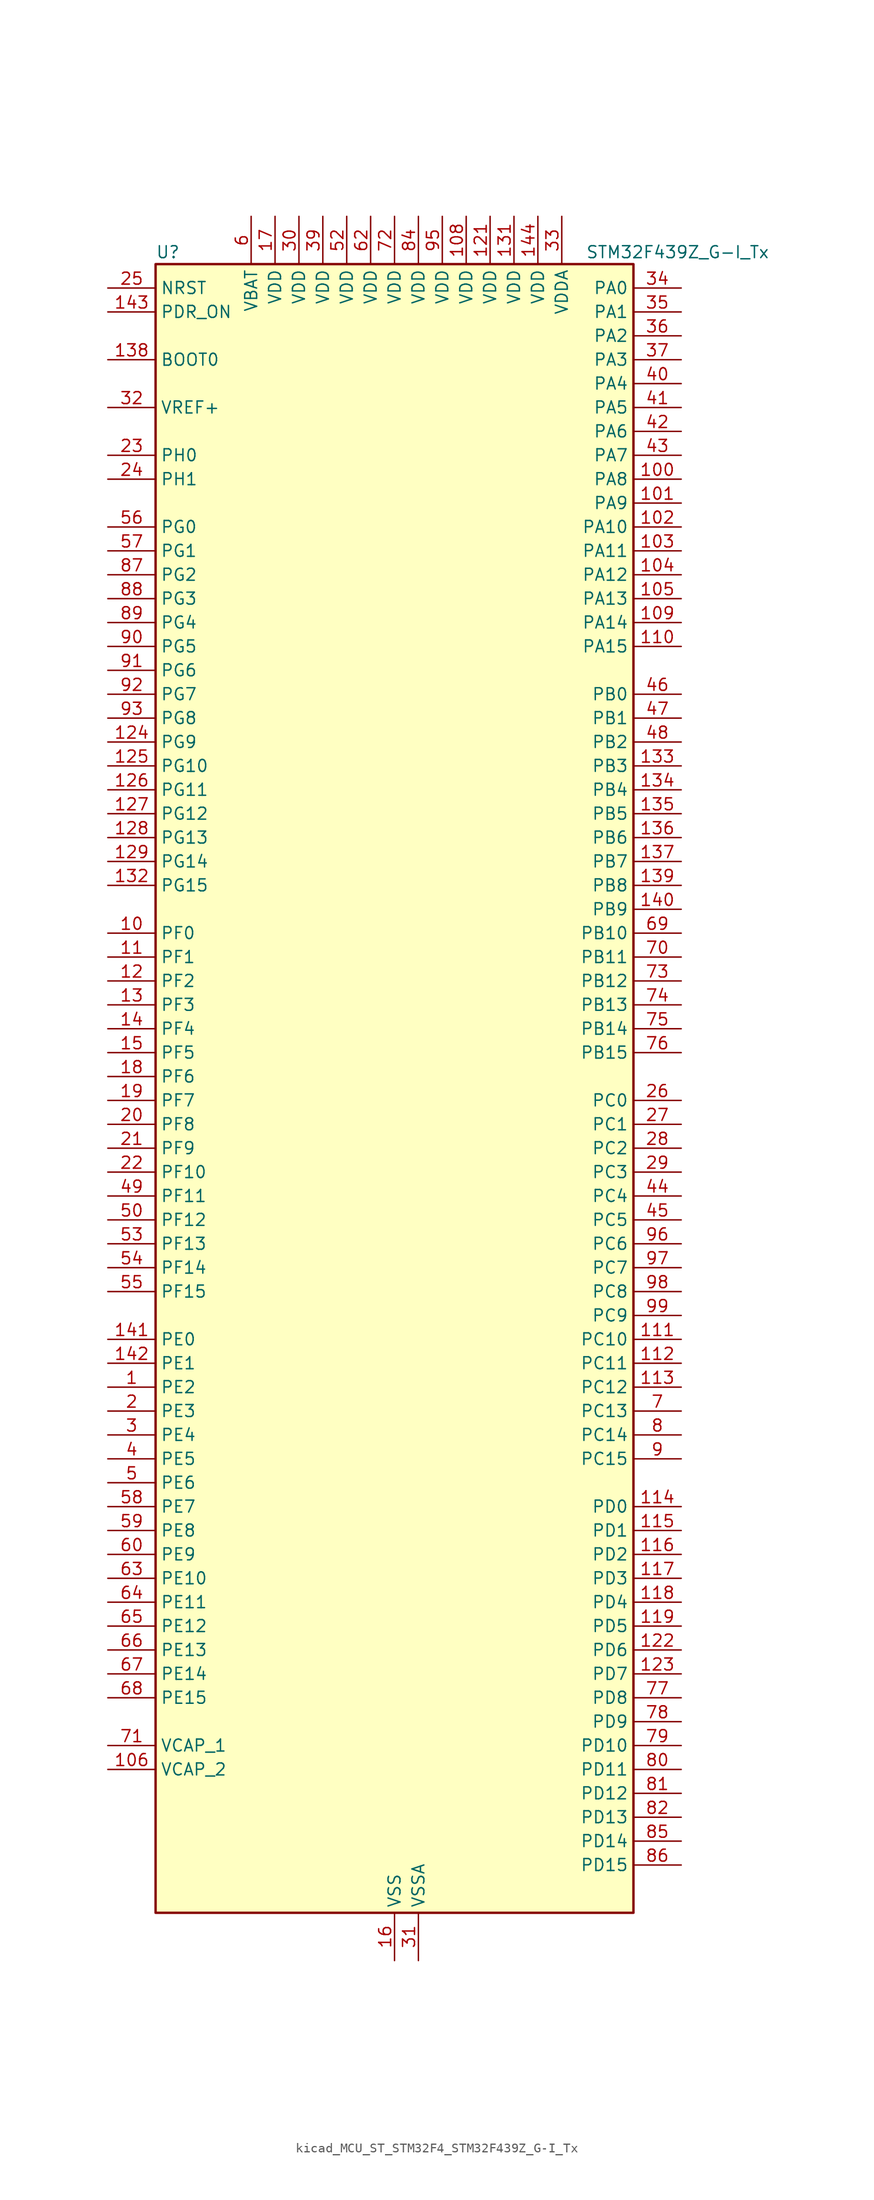
<source format=kicad_sym>
(kicad_symbol_lib
  (version 20220914)
  (generator kicad_symbol_editor)
  (symbol "kicad_MCU_ST_STM32F4_STM32F439Z_G-I_Tx"
    (property "Reference" "U"
      (at -25.4 90.17 0)
      (effects (font (size 1.27 1.27)) (justify left)))
    (property "Value" "STM32F439Z_G-I_Tx"
      (at 20.32 90.17 0)
      (effects (font (size 1.27 1.27)) (justify left)))
    (property "ki_locked" ""
      (at 0 0 0)
      (effects (font (size 1.27 1.27))))
    (symbol "kicad_MCU_ST_STM32F4_STM32F439Z_G-I_Tx_0_1"
      (rectangle (start -25.4 -86.36) (end 25.4 88.9) (stroke (width 0.254) (type default)) (fill (type background))))
    (symbol "kicad_MCU_ST_STM32F4_STM32F439Z_G-I_Tx_1_1"
      (pin bidirectional line (at -30.48 -30.48 0) (length 5.08) (name "PE2" (effects (font (size 1.27 1.27)))) (number "1" (effects (font (size 1.27 1.27)))) (alternate "ETH_TXD3" bidirectional line) (alternate "FMC_A23" bidirectional line) (alternate "SAI1_MCLK_A" bidirectional line) (alternate "SPI4_SCK" bidirectional line) (alternate "SYS_TRACECLK" bidirectional line))
      (pin bidirectional line (at -30.48 17.78 0) (length 5.08) (name "PF0" (effects (font (size 1.27 1.27)))) (number "10" (effects (font (size 1.27 1.27)))) (alternate "FMC_A0" bidirectional line) (alternate "I2C2_SDA" bidirectional line))
      (pin bidirectional line (at 30.48 66.04 180) (length 5.08) (name "PA8" (effects (font (size 1.27 1.27)))) (number "100" (effects (font (size 1.27 1.27)))) (alternate "I2C3_SCL" bidirectional line) (alternate "LTDC_R6" bidirectional line) (alternate "RCC_MCO_1" bidirectional line) (alternate "TIM1_CH1" bidirectional line) (alternate "USART1_CK" bidirectional line) (alternate "USB_OTG_FS_SOF" bidirectional line))
      (pin bidirectional line (at 30.48 63.5 180) (length 5.08) (name "PA9" (effects (font (size 1.27 1.27)))) (number "101" (effects (font (size 1.27 1.27)))) (alternate "DAC_EXTI9" bidirectional line) (alternate "DCMI_D0" bidirectional line) (alternate "I2C3_SMBA" bidirectional line) (alternate "TIM1_CH2" bidirectional line) (alternate "USART1_TX" bidirectional line) (alternate "USB_OTG_FS_VBUS" bidirectional line))
      (pin bidirectional line (at 30.48 60.96 180) (length 5.08) (name "PA10" (effects (font (size 1.27 1.27)))) (number "102" (effects (font (size 1.27 1.27)))) (alternate "DCMI_D1" bidirectional line) (alternate "TIM1_CH3" bidirectional line) (alternate "USART1_RX" bidirectional line) (alternate "USB_OTG_FS_ID" bidirectional line))
      (pin bidirectional line (at 30.48 58.42 180) (length 5.08) (name "PA11" (effects (font (size 1.27 1.27)))) (number "103" (effects (font (size 1.27 1.27)))) (alternate "ADC1_EXTI11" bidirectional line) (alternate "ADC2_EXTI11" bidirectional line) (alternate "ADC3_EXTI11" bidirectional line) (alternate "CAN1_RX" bidirectional line) (alternate "LTDC_R4" bidirectional line) (alternate "TIM1_CH4" bidirectional line) (alternate "USART1_CTS" bidirectional line) (alternate "USB_OTG_FS_DM" bidirectional line))
      (pin bidirectional line (at 30.48 55.88 180) (length 5.08) (name "PA12" (effects (font (size 1.27 1.27)))) (number "104" (effects (font (size 1.27 1.27)))) (alternate "CAN1_TX" bidirectional line) (alternate "LTDC_R5" bidirectional line) (alternate "TIM1_ETR" bidirectional line) (alternate "USART1_RTS" bidirectional line) (alternate "USB_OTG_FS_DP" bidirectional line))
      (pin bidirectional line (at 30.48 53.34 180) (length 5.08) (name "PA13" (effects (font (size 1.27 1.27)))) (number "105" (effects (font (size 1.27 1.27)))) (alternate "SYS_JTMS-SWDIO" bidirectional line))
      (pin power_out line (at -30.48 -71.12 0) (length 5.08) (name "VCAP_2" (effects (font (size 1.27 1.27)))) (number "106" (effects (font (size 1.27 1.27)))))
      (pin passive line (at 0 -91.44 90) (length 5.08) hide (name "VSS" (effects (font (size 1.27 1.27)))) (number "107" (effects (font (size 1.27 1.27)))))
      (pin power_in line (at 7.62 93.98 270) (length 5.08) (name "VDD" (effects (font (size 1.27 1.27)))) (number "108" (effects (font (size 1.27 1.27)))))
      (pin bidirectional line (at 30.48 50.8 180) (length 5.08) (name "PA14" (effects (font (size 1.27 1.27)))) (number "109" (effects (font (size 1.27 1.27)))) (alternate "SYS_JTCK-SWCLK" bidirectional line))
      (pin bidirectional line (at -30.48 15.24 0) (length 5.08) (name "PF1" (effects (font (size 1.27 1.27)))) (number "11" (effects (font (size 1.27 1.27)))) (alternate "FMC_A1" bidirectional line) (alternate "I2C2_SCL" bidirectional line))
      (pin bidirectional line (at 30.48 48.26 180) (length 5.08) (name "PA15" (effects (font (size 1.27 1.27)))) (number "110" (effects (font (size 1.27 1.27)))) (alternate "ADC1_EXTI15" bidirectional line) (alternate "ADC2_EXTI15" bidirectional line) (alternate "ADC3_EXTI15" bidirectional line) (alternate "I2S3_WS" bidirectional line) (alternate "SPI1_NSS" bidirectional line) (alternate "SPI3_NSS" bidirectional line) (alternate "SYS_JTDI" bidirectional line) (alternate "TIM2_CH1" bidirectional line) (alternate "TIM2_ETR" bidirectional line))
      (pin bidirectional line (at 30.48 -25.4 180) (length 5.08) (name "PC10" (effects (font (size 1.27 1.27)))) (number "111" (effects (font (size 1.27 1.27)))) (alternate "DCMI_D8" bidirectional line) (alternate "I2S3_CK" bidirectional line) (alternate "LTDC_R2" bidirectional line) (alternate "SDIO_D2" bidirectional line) (alternate "SPI3_SCK" bidirectional line) (alternate "UART4_TX" bidirectional line) (alternate "USART3_TX" bidirectional line))
      (pin bidirectional line (at 30.48 -27.94 180) (length 5.08) (name "PC11" (effects (font (size 1.27 1.27)))) (number "112" (effects (font (size 1.27 1.27)))) (alternate "ADC1_EXTI11" bidirectional line) (alternate "ADC2_EXTI11" bidirectional line) (alternate "ADC3_EXTI11" bidirectional line) (alternate "DCMI_D4" bidirectional line) (alternate "I2S3_ext_SD" bidirectional line) (alternate "SDIO_D3" bidirectional line) (alternate "SPI3_MISO" bidirectional line) (alternate "UART4_RX" bidirectional line) (alternate "USART3_RX" bidirectional line))
      (pin bidirectional line (at 30.48 -30.48 180) (length 5.08) (name "PC12" (effects (font (size 1.27 1.27)))) (number "113" (effects (font (size 1.27 1.27)))) (alternate "DCMI_D9" bidirectional line) (alternate "I2S3_SD" bidirectional line) (alternate "SDIO_CK" bidirectional line) (alternate "SPI3_MOSI" bidirectional line) (alternate "UART5_TX" bidirectional line) (alternate "USART3_CK" bidirectional line))
      (pin bidirectional line (at 30.48 -43.18 180) (length 5.08) (name "PD0" (effects (font (size 1.27 1.27)))) (number "114" (effects (font (size 1.27 1.27)))) (alternate "CAN1_RX" bidirectional line) (alternate "FMC_D2" bidirectional line) (alternate "FMC_DA2" bidirectional line))
      (pin bidirectional line (at 30.48 -45.72 180) (length 5.08) (name "PD1" (effects (font (size 1.27 1.27)))) (number "115" (effects (font (size 1.27 1.27)))) (alternate "CAN1_TX" bidirectional line) (alternate "FMC_D3" bidirectional line) (alternate "FMC_DA3" bidirectional line))
      (pin bidirectional line (at 30.48 -48.26 180) (length 5.08) (name "PD2" (effects (font (size 1.27 1.27)))) (number "116" (effects (font (size 1.27 1.27)))) (alternate "DCMI_D11" bidirectional line) (alternate "SDIO_CMD" bidirectional line) (alternate "TIM3_ETR" bidirectional line) (alternate "UART5_RX" bidirectional line))
      (pin bidirectional line (at 30.48 -50.8 180) (length 5.08) (name "PD3" (effects (font (size 1.27 1.27)))) (number "117" (effects (font (size 1.27 1.27)))) (alternate "DCMI_D5" bidirectional line) (alternate "FMC_CLK" bidirectional line) (alternate "I2S2_CK" bidirectional line) (alternate "LTDC_G7" bidirectional line) (alternate "SPI2_SCK" bidirectional line) (alternate "USART2_CTS" bidirectional line))
      (pin bidirectional line (at 30.48 -53.34 180) (length 5.08) (name "PD4" (effects (font (size 1.27 1.27)))) (number "118" (effects (font (size 1.27 1.27)))) (alternate "FMC_NOE" bidirectional line) (alternate "USART2_RTS" bidirectional line))
      (pin bidirectional line (at 30.48 -55.88 180) (length 5.08) (name "PD5" (effects (font (size 1.27 1.27)))) (number "119" (effects (font (size 1.27 1.27)))) (alternate "FMC_NWE" bidirectional line) (alternate "USART2_TX" bidirectional line))
      (pin bidirectional line (at -30.48 12.7 0) (length 5.08) (name "PF2" (effects (font (size 1.27 1.27)))) (number "12" (effects (font (size 1.27 1.27)))) (alternate "FMC_A2" bidirectional line) (alternate "I2C2_SMBA" bidirectional line))
      (pin passive line (at 0 -91.44 90) (length 5.08) hide (name "VSS" (effects (font (size 1.27 1.27)))) (number "120" (effects (font (size 1.27 1.27)))))
      (pin power_in line (at 10.16 93.98 270) (length 5.08) (name "VDD" (effects (font (size 1.27 1.27)))) (number "121" (effects (font (size 1.27 1.27)))))
      (pin bidirectional line (at 30.48 -58.42 180) (length 5.08) (name "PD6" (effects (font (size 1.27 1.27)))) (number "122" (effects (font (size 1.27 1.27)))) (alternate "DCMI_D10" bidirectional line) (alternate "FMC_NWAIT" bidirectional line) (alternate "I2S3_SD" bidirectional line) (alternate "LTDC_B2" bidirectional line) (alternate "SAI1_SD_A" bidirectional line) (alternate "SPI3_MOSI" bidirectional line) (alternate "USART2_RX" bidirectional line))
      (pin bidirectional line (at 30.48 -60.96 180) (length 5.08) (name "PD7" (effects (font (size 1.27 1.27)))) (number "123" (effects (font (size 1.27 1.27)))) (alternate "FMC_NCE2" bidirectional line) (alternate "FMC_NE1" bidirectional line) (alternate "USART2_CK" bidirectional line))
      (pin bidirectional line (at -30.48 38.1 0) (length 5.08) (name "PG9" (effects (font (size 1.27 1.27)))) (number "124" (effects (font (size 1.27 1.27)))) (alternate "DAC_EXTI9" bidirectional line) (alternate "DCMI_VSYNC" bidirectional line) (alternate "FMC_NCE3" bidirectional line) (alternate "FMC_NE2" bidirectional line) (alternate "USART6_RX" bidirectional line))
      (pin bidirectional line (at -30.48 35.56 0) (length 5.08) (name "PG10" (effects (font (size 1.27 1.27)))) (number "125" (effects (font (size 1.27 1.27)))) (alternate "DCMI_D2" bidirectional line) (alternate "FMC_NCE4_1" bidirectional line) (alternate "FMC_NE3" bidirectional line) (alternate "LTDC_B2" bidirectional line) (alternate "LTDC_G3" bidirectional line))
      (pin bidirectional line (at -30.48 33.02 0) (length 5.08) (name "PG11" (effects (font (size 1.27 1.27)))) (number "126" (effects (font (size 1.27 1.27)))) (alternate "ADC1_EXTI11" bidirectional line) (alternate "ADC2_EXTI11" bidirectional line) (alternate "ADC3_EXTI11" bidirectional line) (alternate "DCMI_D3" bidirectional line) (alternate "ETH_TX_EN" bidirectional line) (alternate "FMC_NCE4_2" bidirectional line) (alternate "LTDC_B3" bidirectional line))
      (pin bidirectional line (at -30.48 30.48 0) (length 5.08) (name "PG12" (effects (font (size 1.27 1.27)))) (number "127" (effects (font (size 1.27 1.27)))) (alternate "FMC_NE4" bidirectional line) (alternate "LTDC_B1" bidirectional line) (alternate "LTDC_B4" bidirectional line) (alternate "SPI6_MISO" bidirectional line) (alternate "USART6_RTS" bidirectional line))
      (pin bidirectional line (at -30.48 27.94 0) (length 5.08) (name "PG13" (effects (font (size 1.27 1.27)))) (number "128" (effects (font (size 1.27 1.27)))) (alternate "ETH_TXD0" bidirectional line) (alternate "FMC_A24" bidirectional line) (alternate "SPI6_SCK" bidirectional line) (alternate "USART6_CTS" bidirectional line))
      (pin bidirectional line (at -30.48 25.4 0) (length 5.08) (name "PG14" (effects (font (size 1.27 1.27)))) (number "129" (effects (font (size 1.27 1.27)))) (alternate "ETH_TXD1" bidirectional line) (alternate "FMC_A25" bidirectional line) (alternate "SPI6_MOSI" bidirectional line) (alternate "USART6_TX" bidirectional line))
      (pin bidirectional line (at -30.48 10.16 0) (length 5.08) (name "PF3" (effects (font (size 1.27 1.27)))) (number "13" (effects (font (size 1.27 1.27)))) (alternate "ADC3_IN9" bidirectional line) (alternate "FMC_A3" bidirectional line))
      (pin passive line (at 0 -91.44 90) (length 5.08) hide (name "VSS" (effects (font (size 1.27 1.27)))) (number "130" (effects (font (size 1.27 1.27)))))
      (pin power_in line (at 12.7 93.98 270) (length 5.08) (name "VDD" (effects (font (size 1.27 1.27)))) (number "131" (effects (font (size 1.27 1.27)))))
      (pin bidirectional line (at -30.48 22.86 0) (length 5.08) (name "PG15" (effects (font (size 1.27 1.27)))) (number "132" (effects (font (size 1.27 1.27)))) (alternate "ADC1_EXTI15" bidirectional line) (alternate "ADC2_EXTI15" bidirectional line) (alternate "ADC3_EXTI15" bidirectional line) (alternate "DCMI_D13" bidirectional line) (alternate "FMC_SDNCAS" bidirectional line) (alternate "USART6_CTS" bidirectional line))
      (pin bidirectional line (at 30.48 35.56 180) (length 5.08) (name "PB3" (effects (font (size 1.27 1.27)))) (number "133" (effects (font (size 1.27 1.27)))) (alternate "I2S3_CK" bidirectional line) (alternate "SPI1_SCK" bidirectional line) (alternate "SPI3_SCK" bidirectional line) (alternate "SYS_JTDO-SWO" bidirectional line) (alternate "TIM2_CH2" bidirectional line))
      (pin bidirectional line (at 30.48 33.02 180) (length 5.08) (name "PB4" (effects (font (size 1.27 1.27)))) (number "134" (effects (font (size 1.27 1.27)))) (alternate "I2S3_ext_SD" bidirectional line) (alternate "SPI1_MISO" bidirectional line) (alternate "SPI3_MISO" bidirectional line) (alternate "SYS_JTRST" bidirectional line) (alternate "TIM3_CH1" bidirectional line))
      (pin bidirectional line (at 30.48 30.48 180) (length 5.08) (name "PB5" (effects (font (size 1.27 1.27)))) (number "135" (effects (font (size 1.27 1.27)))) (alternate "CAN2_RX" bidirectional line) (alternate "DCMI_D10" bidirectional line) (alternate "ETH_PPS_OUT" bidirectional line) (alternate "FMC_SDCKE1" bidirectional line) (alternate "I2C1_SMBA" bidirectional line) (alternate "I2S3_SD" bidirectional line) (alternate "SPI1_MOSI" bidirectional line) (alternate "SPI3_MOSI" bidirectional line) (alternate "TIM3_CH2" bidirectional line) (alternate "USB_OTG_HS_ULPI_D7" bidirectional line))
      (pin bidirectional line (at 30.48 27.94 180) (length 5.08) (name "PB6" (effects (font (size 1.27 1.27)))) (number "136" (effects (font (size 1.27 1.27)))) (alternate "CAN2_TX" bidirectional line) (alternate "DCMI_D5" bidirectional line) (alternate "FMC_SDNE1" bidirectional line) (alternate "I2C1_SCL" bidirectional line) (alternate "TIM4_CH1" bidirectional line) (alternate "USART1_TX" bidirectional line))
      (pin bidirectional line (at 30.48 25.4 180) (length 5.08) (name "PB7" (effects (font (size 1.27 1.27)))) (number "137" (effects (font (size 1.27 1.27)))) (alternate "DCMI_VSYNC" bidirectional line) (alternate "FMC_NL" bidirectional line) (alternate "I2C1_SDA" bidirectional line) (alternate "TIM4_CH2" bidirectional line) (alternate "USART1_RX" bidirectional line))
      (pin input line (at -30.48 78.74 0) (length 5.08) (name "BOOT0" (effects (font (size 1.27 1.27)))) (number "138" (effects (font (size 1.27 1.27)))))
      (pin bidirectional line (at 30.48 22.86 180) (length 5.08) (name "PB8" (effects (font (size 1.27 1.27)))) (number "139" (effects (font (size 1.27 1.27)))) (alternate "CAN1_RX" bidirectional line) (alternate "DCMI_D6" bidirectional line) (alternate "ETH_TXD3" bidirectional line) (alternate "I2C1_SCL" bidirectional line) (alternate "LTDC_B6" bidirectional line) (alternate "SDIO_D4" bidirectional line) (alternate "TIM10_CH1" bidirectional line) (alternate "TIM4_CH3" bidirectional line))
      (pin bidirectional line (at -30.48 7.62 0) (length 5.08) (name "PF4" (effects (font (size 1.27 1.27)))) (number "14" (effects (font (size 1.27 1.27)))) (alternate "ADC3_IN14" bidirectional line) (alternate "FMC_A4" bidirectional line))
      (pin bidirectional line (at 30.48 20.32 180) (length 5.08) (name "PB9" (effects (font (size 1.27 1.27)))) (number "140" (effects (font (size 1.27 1.27)))) (alternate "CAN1_TX" bidirectional line) (alternate "DAC_EXTI9" bidirectional line) (alternate "DCMI_D7" bidirectional line) (alternate "I2C1_SDA" bidirectional line) (alternate "I2S2_WS" bidirectional line) (alternate "LTDC_B7" bidirectional line) (alternate "SDIO_D5" bidirectional line) (alternate "SPI2_NSS" bidirectional line) (alternate "TIM11_CH1" bidirectional line) (alternate "TIM4_CH4" bidirectional line))
      (pin bidirectional line (at -30.48 -25.4 0) (length 5.08) (name "PE0" (effects (font (size 1.27 1.27)))) (number "141" (effects (font (size 1.27 1.27)))) (alternate "DCMI_D2" bidirectional line) (alternate "FMC_NBL0" bidirectional line) (alternate "TIM4_ETR" bidirectional line) (alternate "UART8_RX" bidirectional line))
      (pin bidirectional line (at -30.48 -27.94 0) (length 5.08) (name "PE1" (effects (font (size 1.27 1.27)))) (number "142" (effects (font (size 1.27 1.27)))) (alternate "DCMI_D3" bidirectional line) (alternate "FMC_NBL1" bidirectional line) (alternate "UART8_TX" bidirectional line))
      (pin input line (at -30.48 83.82 0) (length 5.08) (name "PDR_ON" (effects (font (size 1.27 1.27)))) (number "143" (effects (font (size 1.27 1.27)))))
      (pin power_in line (at 15.24 93.98 270) (length 5.08) (name "VDD" (effects (font (size 1.27 1.27)))) (number "144" (effects (font (size 1.27 1.27)))))
      (pin bidirectional line (at -30.48 5.08 0) (length 5.08) (name "PF5" (effects (font (size 1.27 1.27)))) (number "15" (effects (font (size 1.27 1.27)))) (alternate "ADC3_IN15" bidirectional line) (alternate "FMC_A5" bidirectional line))
      (pin power_in line (at 0 -91.44 90) (length 5.08) (name "VSS" (effects (font (size 1.27 1.27)))) (number "16" (effects (font (size 1.27 1.27)))))
      (pin power_in line (at -12.7 93.98 270) (length 5.08) (name "VDD" (effects (font (size 1.27 1.27)))) (number "17" (effects (font (size 1.27 1.27)))))
      (pin bidirectional line (at -30.48 2.54 0) (length 5.08) (name "PF6" (effects (font (size 1.27 1.27)))) (number "18" (effects (font (size 1.27 1.27)))) (alternate "ADC3_IN4" bidirectional line) (alternate "FMC_NIORD" bidirectional line) (alternate "SAI1_SD_B" bidirectional line) (alternate "SPI5_NSS" bidirectional line) (alternate "TIM10_CH1" bidirectional line) (alternate "UART7_RX" bidirectional line))
      (pin bidirectional line (at -30.48 0 0) (length 5.08) (name "PF7" (effects (font (size 1.27 1.27)))) (number "19" (effects (font (size 1.27 1.27)))) (alternate "ADC3_IN5" bidirectional line) (alternate "FMC_NREG" bidirectional line) (alternate "SAI1_MCLK_B" bidirectional line) (alternate "SPI5_SCK" bidirectional line) (alternate "TIM11_CH1" bidirectional line) (alternate "UART7_TX" bidirectional line))
      (pin bidirectional line (at -30.48 -33.02 0) (length 5.08) (name "PE3" (effects (font (size 1.27 1.27)))) (number "2" (effects (font (size 1.27 1.27)))) (alternate "FMC_A19" bidirectional line) (alternate "SAI1_SD_B" bidirectional line) (alternate "SYS_TRACED0" bidirectional line))
      (pin bidirectional line (at -30.48 -2.54 0) (length 5.08) (name "PF8" (effects (font (size 1.27 1.27)))) (number "20" (effects (font (size 1.27 1.27)))) (alternate "ADC3_IN6" bidirectional line) (alternate "FMC_NIOWR" bidirectional line) (alternate "SAI1_SCK_B" bidirectional line) (alternate "SPI5_MISO" bidirectional line) (alternate "TIM13_CH1" bidirectional line))
      (pin bidirectional line (at -30.48 -5.08 0) (length 5.08) (name "PF9" (effects (font (size 1.27 1.27)))) (number "21" (effects (font (size 1.27 1.27)))) (alternate "ADC3_IN7" bidirectional line) (alternate "DAC_EXTI9" bidirectional line) (alternate "FMC_CD" bidirectional line) (alternate "SAI1_FS_B" bidirectional line) (alternate "SPI5_MOSI" bidirectional line) (alternate "TIM14_CH1" bidirectional line))
      (pin bidirectional line (at -30.48 -7.62 0) (length 5.08) (name "PF10" (effects (font (size 1.27 1.27)))) (number "22" (effects (font (size 1.27 1.27)))) (alternate "ADC3_IN8" bidirectional line) (alternate "DCMI_D11" bidirectional line) (alternate "FMC_INTR" bidirectional line) (alternate "LTDC_DE" bidirectional line))
      (pin bidirectional line (at -30.48 68.58 0) (length 5.08) (name "PH0" (effects (font (size 1.27 1.27)))) (number "23" (effects (font (size 1.27 1.27)))) (alternate "RCC_OSC_IN" bidirectional line))
      (pin bidirectional line (at -30.48 66.04 0) (length 5.08) (name "PH1" (effects (font (size 1.27 1.27)))) (number "24" (effects (font (size 1.27 1.27)))) (alternate "RCC_OSC_OUT" bidirectional line))
      (pin input line (at -30.48 86.36 0) (length 5.08) (name "NRST" (effects (font (size 1.27 1.27)))) (number "25" (effects (font (size 1.27 1.27)))))
      (pin bidirectional line (at 30.48 0 180) (length 5.08) (name "PC0" (effects (font (size 1.27 1.27)))) (number "26" (effects (font (size 1.27 1.27)))) (alternate "ADC1_IN10" bidirectional line) (alternate "ADC2_IN10" bidirectional line) (alternate "ADC3_IN10" bidirectional line) (alternate "FMC_SDNWE" bidirectional line) (alternate "USB_OTG_HS_ULPI_STP" bidirectional line))
      (pin bidirectional line (at 30.48 -2.54 180) (length 5.08) (name "PC1" (effects (font (size 1.27 1.27)))) (number "27" (effects (font (size 1.27 1.27)))) (alternate "ADC1_IN11" bidirectional line) (alternate "ADC2_IN11" bidirectional line) (alternate "ADC3_IN11" bidirectional line) (alternate "ETH_MDC" bidirectional line))
      (pin bidirectional line (at 30.48 -5.08 180) (length 5.08) (name "PC2" (effects (font (size 1.27 1.27)))) (number "28" (effects (font (size 1.27 1.27)))) (alternate "ADC1_IN12" bidirectional line) (alternate "ADC2_IN12" bidirectional line) (alternate "ADC3_IN12" bidirectional line) (alternate "ETH_TXD2" bidirectional line) (alternate "FMC_SDNE0" bidirectional line) (alternate "I2S2_ext_SD" bidirectional line) (alternate "SPI2_MISO" bidirectional line) (alternate "USB_OTG_HS_ULPI_DIR" bidirectional line))
      (pin bidirectional line (at 30.48 -7.62 180) (length 5.08) (name "PC3" (effects (font (size 1.27 1.27)))) (number "29" (effects (font (size 1.27 1.27)))) (alternate "ADC1_IN13" bidirectional line) (alternate "ADC2_IN13" bidirectional line) (alternate "ADC3_IN13" bidirectional line) (alternate "ETH_TX_CLK" bidirectional line) (alternate "FMC_SDCKE0" bidirectional line) (alternate "I2S2_SD" bidirectional line) (alternate "SPI2_MOSI" bidirectional line) (alternate "USB_OTG_HS_ULPI_NXT" bidirectional line))
      (pin bidirectional line (at -30.48 -35.56 0) (length 5.08) (name "PE4" (effects (font (size 1.27 1.27)))) (number "3" (effects (font (size 1.27 1.27)))) (alternate "DCMI_D4" bidirectional line) (alternate "FMC_A20" bidirectional line) (alternate "LTDC_B0" bidirectional line) (alternate "SAI1_FS_A" bidirectional line) (alternate "SPI4_NSS" bidirectional line) (alternate "SYS_TRACED1" bidirectional line))
      (pin power_in line (at -10.16 93.98 270) (length 5.08) (name "VDD" (effects (font (size 1.27 1.27)))) (number "30" (effects (font (size 1.27 1.27)))))
      (pin power_in line (at 2.54 -91.44 90) (length 5.08) (name "VSSA" (effects (font (size 1.27 1.27)))) (number "31" (effects (font (size 1.27 1.27)))))
      (pin input line (at -30.48 73.66 0) (length 5.08) (name "VREF+" (effects (font (size 1.27 1.27)))) (number "32" (effects (font (size 1.27 1.27)))))
      (pin power_in line (at 17.78 93.98 270) (length 5.08) (name "VDDA" (effects (font (size 1.27 1.27)))) (number "33" (effects (font (size 1.27 1.27)))))
      (pin bidirectional line (at 30.48 86.36 180) (length 5.08) (name "PA0" (effects (font (size 1.27 1.27)))) (number "34" (effects (font (size 1.27 1.27)))) (alternate "ADC1_IN0" bidirectional line) (alternate "ADC2_IN0" bidirectional line) (alternate "ADC3_IN0" bidirectional line) (alternate "ETH_CRS" bidirectional line) (alternate "SYS_WKUP" bidirectional line) (alternate "TIM2_CH1" bidirectional line) (alternate "TIM2_ETR" bidirectional line) (alternate "TIM5_CH1" bidirectional line) (alternate "TIM8_ETR" bidirectional line) (alternate "UART4_TX" bidirectional line) (alternate "USART2_CTS" bidirectional line))
      (pin bidirectional line (at 30.48 83.82 180) (length 5.08) (name "PA1" (effects (font (size 1.27 1.27)))) (number "35" (effects (font (size 1.27 1.27)))) (alternate "ADC1_IN1" bidirectional line) (alternate "ADC2_IN1" bidirectional line) (alternate "ADC3_IN1" bidirectional line) (alternate "ETH_REF_CLK" bidirectional line) (alternate "ETH_RX_CLK" bidirectional line) (alternate "TIM2_CH2" bidirectional line) (alternate "TIM5_CH2" bidirectional line) (alternate "UART4_RX" bidirectional line) (alternate "USART2_RTS" bidirectional line))
      (pin bidirectional line (at 30.48 81.28 180) (length 5.08) (name "PA2" (effects (font (size 1.27 1.27)))) (number "36" (effects (font (size 1.27 1.27)))) (alternate "ADC1_IN2" bidirectional line) (alternate "ADC2_IN2" bidirectional line) (alternate "ADC3_IN2" bidirectional line) (alternate "ETH_MDIO" bidirectional line) (alternate "TIM2_CH3" bidirectional line) (alternate "TIM5_CH3" bidirectional line) (alternate "TIM9_CH1" bidirectional line) (alternate "USART2_TX" bidirectional line))
      (pin bidirectional line (at 30.48 78.74 180) (length 5.08) (name "PA3" (effects (font (size 1.27 1.27)))) (number "37" (effects (font (size 1.27 1.27)))) (alternate "ADC1_IN3" bidirectional line) (alternate "ADC2_IN3" bidirectional line) (alternate "ADC3_IN3" bidirectional line) (alternate "ETH_COL" bidirectional line) (alternate "LTDC_B5" bidirectional line) (alternate "TIM2_CH4" bidirectional line) (alternate "TIM5_CH4" bidirectional line) (alternate "TIM9_CH2" bidirectional line) (alternate "USART2_RX" bidirectional line) (alternate "USB_OTG_HS_ULPI_D0" bidirectional line))
      (pin passive line (at 0 -91.44 90) (length 5.08) hide (name "VSS" (effects (font (size 1.27 1.27)))) (number "38" (effects (font (size 1.27 1.27)))))
      (pin power_in line (at -7.62 93.98 270) (length 5.08) (name "VDD" (effects (font (size 1.27 1.27)))) (number "39" (effects (font (size 1.27 1.27)))))
      (pin bidirectional line (at -30.48 -38.1 0) (length 5.08) (name "PE5" (effects (font (size 1.27 1.27)))) (number "4" (effects (font (size 1.27 1.27)))) (alternate "DCMI_D6" bidirectional line) (alternate "FMC_A21" bidirectional line) (alternate "LTDC_G0" bidirectional line) (alternate "SAI1_SCK_A" bidirectional line) (alternate "SPI4_MISO" bidirectional line) (alternate "SYS_TRACED2" bidirectional line) (alternate "TIM9_CH1" bidirectional line))
      (pin bidirectional line (at 30.48 76.2 180) (length 5.08) (name "PA4" (effects (font (size 1.27 1.27)))) (number "40" (effects (font (size 1.27 1.27)))) (alternate "ADC1_IN4" bidirectional line) (alternate "ADC2_IN4" bidirectional line) (alternate "DAC_OUT1" bidirectional line) (alternate "DCMI_HSYNC" bidirectional line) (alternate "I2S3_WS" bidirectional line) (alternate "LTDC_VSYNC" bidirectional line) (alternate "SPI1_NSS" bidirectional line) (alternate "SPI3_NSS" bidirectional line) (alternate "USART2_CK" bidirectional line) (alternate "USB_OTG_HS_SOF" bidirectional line))
      (pin bidirectional line (at 30.48 73.66 180) (length 5.08) (name "PA5" (effects (font (size 1.27 1.27)))) (number "41" (effects (font (size 1.27 1.27)))) (alternate "ADC1_IN5" bidirectional line) (alternate "ADC2_IN5" bidirectional line) (alternate "DAC_OUT2" bidirectional line) (alternate "SPI1_SCK" bidirectional line) (alternate "TIM2_CH1" bidirectional line) (alternate "TIM2_ETR" bidirectional line) (alternate "TIM8_CH1N" bidirectional line) (alternate "USB_OTG_HS_ULPI_CK" bidirectional line))
      (pin bidirectional line (at 30.48 71.12 180) (length 5.08) (name "PA6" (effects (font (size 1.27 1.27)))) (number "42" (effects (font (size 1.27 1.27)))) (alternate "ADC1_IN6" bidirectional line) (alternate "ADC2_IN6" bidirectional line) (alternate "DCMI_PIXCLK" bidirectional line) (alternate "LTDC_G2" bidirectional line) (alternate "SPI1_MISO" bidirectional line) (alternate "TIM13_CH1" bidirectional line) (alternate "TIM1_BKIN" bidirectional line) (alternate "TIM3_CH1" bidirectional line) (alternate "TIM8_BKIN" bidirectional line))
      (pin bidirectional line (at 30.48 68.58 180) (length 5.08) (name "PA7" (effects (font (size 1.27 1.27)))) (number "43" (effects (font (size 1.27 1.27)))) (alternate "ADC1_IN7" bidirectional line) (alternate "ADC2_IN7" bidirectional line) (alternate "ETH_CRS_DV" bidirectional line) (alternate "ETH_RX_DV" bidirectional line) (alternate "SPI1_MOSI" bidirectional line) (alternate "TIM14_CH1" bidirectional line) (alternate "TIM1_CH1N" bidirectional line) (alternate "TIM3_CH2" bidirectional line) (alternate "TIM8_CH1N" bidirectional line))
      (pin bidirectional line (at 30.48 -10.16 180) (length 5.08) (name "PC4" (effects (font (size 1.27 1.27)))) (number "44" (effects (font (size 1.27 1.27)))) (alternate "ADC1_IN14" bidirectional line) (alternate "ADC2_IN14" bidirectional line) (alternate "ETH_RXD0" bidirectional line))
      (pin bidirectional line (at 30.48 -12.7 180) (length 5.08) (name "PC5" (effects (font (size 1.27 1.27)))) (number "45" (effects (font (size 1.27 1.27)))) (alternate "ADC1_IN15" bidirectional line) (alternate "ADC2_IN15" bidirectional line) (alternate "ETH_RXD1" bidirectional line))
      (pin bidirectional line (at 30.48 43.18 180) (length 5.08) (name "PB0" (effects (font (size 1.27 1.27)))) (number "46" (effects (font (size 1.27 1.27)))) (alternate "ADC1_IN8" bidirectional line) (alternate "ADC2_IN8" bidirectional line) (alternate "ETH_RXD2" bidirectional line) (alternate "LTDC_R3" bidirectional line) (alternate "TIM1_CH2N" bidirectional line) (alternate "TIM3_CH3" bidirectional line) (alternate "TIM8_CH2N" bidirectional line) (alternate "USB_OTG_HS_ULPI_D1" bidirectional line))
      (pin bidirectional line (at 30.48 40.64 180) (length 5.08) (name "PB1" (effects (font (size 1.27 1.27)))) (number "47" (effects (font (size 1.27 1.27)))) (alternate "ADC1_IN9" bidirectional line) (alternate "ADC2_IN9" bidirectional line) (alternate "ETH_RXD3" bidirectional line) (alternate "LTDC_R6" bidirectional line) (alternate "TIM1_CH3N" bidirectional line) (alternate "TIM3_CH4" bidirectional line) (alternate "TIM8_CH3N" bidirectional line) (alternate "USB_OTG_HS_ULPI_D2" bidirectional line))
      (pin bidirectional line (at 30.48 38.1 180) (length 5.08) (name "PB2" (effects (font (size 1.27 1.27)))) (number "48" (effects (font (size 1.27 1.27)))))
      (pin bidirectional line (at -30.48 -10.16 0) (length 5.08) (name "PF11" (effects (font (size 1.27 1.27)))) (number "49" (effects (font (size 1.27 1.27)))) (alternate "ADC1_EXTI11" bidirectional line) (alternate "ADC2_EXTI11" bidirectional line) (alternate "ADC3_EXTI11" bidirectional line) (alternate "DCMI_D12" bidirectional line) (alternate "FMC_SDNRAS" bidirectional line) (alternate "SPI5_MOSI" bidirectional line))
      (pin bidirectional line (at -30.48 -40.64 0) (length 5.08) (name "PE6" (effects (font (size 1.27 1.27)))) (number "5" (effects (font (size 1.27 1.27)))) (alternate "DCMI_D7" bidirectional line) (alternate "FMC_A22" bidirectional line) (alternate "LTDC_G1" bidirectional line) (alternate "SAI1_SD_A" bidirectional line) (alternate "SPI4_MOSI" bidirectional line) (alternate "SYS_TRACED3" bidirectional line) (alternate "TIM9_CH2" bidirectional line))
      (pin bidirectional line (at -30.48 -12.7 0) (length 5.08) (name "PF12" (effects (font (size 1.27 1.27)))) (number "50" (effects (font (size 1.27 1.27)))) (alternate "FMC_A6" bidirectional line))
      (pin passive line (at 0 -91.44 90) (length 5.08) hide (name "VSS" (effects (font (size 1.27 1.27)))) (number "51" (effects (font (size 1.27 1.27)))))
      (pin power_in line (at -5.08 93.98 270) (length 5.08) (name "VDD" (effects (font (size 1.27 1.27)))) (number "52" (effects (font (size 1.27 1.27)))))
      (pin bidirectional line (at -30.48 -15.24 0) (length 5.08) (name "PF13" (effects (font (size 1.27 1.27)))) (number "53" (effects (font (size 1.27 1.27)))) (alternate "FMC_A7" bidirectional line))
      (pin bidirectional line (at -30.48 -17.78 0) (length 5.08) (name "PF14" (effects (font (size 1.27 1.27)))) (number "54" (effects (font (size 1.27 1.27)))) (alternate "FMC_A8" bidirectional line))
      (pin bidirectional line (at -30.48 -20.32 0) (length 5.08) (name "PF15" (effects (font (size 1.27 1.27)))) (number "55" (effects (font (size 1.27 1.27)))) (alternate "ADC1_EXTI15" bidirectional line) (alternate "ADC2_EXTI15" bidirectional line) (alternate "ADC3_EXTI15" bidirectional line) (alternate "FMC_A9" bidirectional line))
      (pin bidirectional line (at -30.48 60.96 0) (length 5.08) (name "PG0" (effects (font (size 1.27 1.27)))) (number "56" (effects (font (size 1.27 1.27)))) (alternate "FMC_A10" bidirectional line))
      (pin bidirectional line (at -30.48 58.42 0) (length 5.08) (name "PG1" (effects (font (size 1.27 1.27)))) (number "57" (effects (font (size 1.27 1.27)))) (alternate "FMC_A11" bidirectional line))
      (pin bidirectional line (at -30.48 -43.18 0) (length 5.08) (name "PE7" (effects (font (size 1.27 1.27)))) (number "58" (effects (font (size 1.27 1.27)))) (alternate "FMC_D4" bidirectional line) (alternate "FMC_DA4" bidirectional line) (alternate "TIM1_ETR" bidirectional line) (alternate "UART7_RX" bidirectional line))
      (pin bidirectional line (at -30.48 -45.72 0) (length 5.08) (name "PE8" (effects (font (size 1.27 1.27)))) (number "59" (effects (font (size 1.27 1.27)))) (alternate "FMC_D5" bidirectional line) (alternate "FMC_DA5" bidirectional line) (alternate "TIM1_CH1N" bidirectional line) (alternate "UART7_TX" bidirectional line))
      (pin power_in line (at -15.24 93.98 270) (length 5.08) (name "VBAT" (effects (font (size 1.27 1.27)))) (number "6" (effects (font (size 1.27 1.27)))))
      (pin bidirectional line (at -30.48 -48.26 0) (length 5.08) (name "PE9" (effects (font (size 1.27 1.27)))) (number "60" (effects (font (size 1.27 1.27)))) (alternate "DAC_EXTI9" bidirectional line) (alternate "FMC_D6" bidirectional line) (alternate "FMC_DA6" bidirectional line) (alternate "TIM1_CH1" bidirectional line))
      (pin passive line (at 0 -91.44 90) (length 5.08) hide (name "VSS" (effects (font (size 1.27 1.27)))) (number "61" (effects (font (size 1.27 1.27)))))
      (pin power_in line (at -2.54 93.98 270) (length 5.08) (name "VDD" (effects (font (size 1.27 1.27)))) (number "62" (effects (font (size 1.27 1.27)))))
      (pin bidirectional line (at -30.48 -50.8 0) (length 5.08) (name "PE10" (effects (font (size 1.27 1.27)))) (number "63" (effects (font (size 1.27 1.27)))) (alternate "FMC_D7" bidirectional line) (alternate "FMC_DA7" bidirectional line) (alternate "TIM1_CH2N" bidirectional line))
      (pin bidirectional line (at -30.48 -53.34 0) (length 5.08) (name "PE11" (effects (font (size 1.27 1.27)))) (number "64" (effects (font (size 1.27 1.27)))) (alternate "ADC1_EXTI11" bidirectional line) (alternate "ADC2_EXTI11" bidirectional line) (alternate "ADC3_EXTI11" bidirectional line) (alternate "FMC_D8" bidirectional line) (alternate "FMC_DA8" bidirectional line) (alternate "LTDC_G3" bidirectional line) (alternate "SPI4_NSS" bidirectional line) (alternate "TIM1_CH2" bidirectional line))
      (pin bidirectional line (at -30.48 -55.88 0) (length 5.08) (name "PE12" (effects (font (size 1.27 1.27)))) (number "65" (effects (font (size 1.27 1.27)))) (alternate "FMC_D9" bidirectional line) (alternate "FMC_DA9" bidirectional line) (alternate "LTDC_B4" bidirectional line) (alternate "SPI4_SCK" bidirectional line) (alternate "TIM1_CH3N" bidirectional line))
      (pin bidirectional line (at -30.48 -58.42 0) (length 5.08) (name "PE13" (effects (font (size 1.27 1.27)))) (number "66" (effects (font (size 1.27 1.27)))) (alternate "FMC_D10" bidirectional line) (alternate "FMC_DA10" bidirectional line) (alternate "LTDC_DE" bidirectional line) (alternate "SPI4_MISO" bidirectional line) (alternate "TIM1_CH3" bidirectional line))
      (pin bidirectional line (at -30.48 -60.96 0) (length 5.08) (name "PE14" (effects (font (size 1.27 1.27)))) (number "67" (effects (font (size 1.27 1.27)))) (alternate "FMC_D11" bidirectional line) (alternate "FMC_DA11" bidirectional line) (alternate "LTDC_CLK" bidirectional line) (alternate "SPI4_MOSI" bidirectional line) (alternate "TIM1_CH4" bidirectional line))
      (pin bidirectional line (at -30.48 -63.5 0) (length 5.08) (name "PE15" (effects (font (size 1.27 1.27)))) (number "68" (effects (font (size 1.27 1.27)))) (alternate "ADC1_EXTI15" bidirectional line) (alternate "ADC2_EXTI15" bidirectional line) (alternate "ADC3_EXTI15" bidirectional line) (alternate "FMC_D12" bidirectional line) (alternate "FMC_DA12" bidirectional line) (alternate "LTDC_R7" bidirectional line) (alternate "TIM1_BKIN" bidirectional line))
      (pin bidirectional line (at 30.48 17.78 180) (length 5.08) (name "PB10" (effects (font (size 1.27 1.27)))) (number "69" (effects (font (size 1.27 1.27)))) (alternate "ETH_RX_ER" bidirectional line) (alternate "I2C2_SCL" bidirectional line) (alternate "I2S2_CK" bidirectional line) (alternate "LTDC_G4" bidirectional line) (alternate "SPI2_SCK" bidirectional line) (alternate "TIM2_CH3" bidirectional line) (alternate "USART3_TX" bidirectional line) (alternate "USB_OTG_HS_ULPI_D3" bidirectional line))
      (pin bidirectional line (at 30.48 -33.02 180) (length 5.08) (name "PC13" (effects (font (size 1.27 1.27)))) (number "7" (effects (font (size 1.27 1.27)))) (alternate "RTC_AF1" bidirectional line))
      (pin bidirectional line (at 30.48 15.24 180) (length 5.08) (name "PB11" (effects (font (size 1.27 1.27)))) (number "70" (effects (font (size 1.27 1.27)))) (alternate "ADC1_EXTI11" bidirectional line) (alternate "ADC2_EXTI11" bidirectional line) (alternate "ADC3_EXTI11" bidirectional line) (alternate "ETH_TX_EN" bidirectional line) (alternate "I2C2_SDA" bidirectional line) (alternate "LTDC_G5" bidirectional line) (alternate "TIM2_CH4" bidirectional line) (alternate "USART3_RX" bidirectional line) (alternate "USB_OTG_HS_ULPI_D4" bidirectional line))
      (pin power_out line (at -30.48 -68.58 0) (length 5.08) (name "VCAP_1" (effects (font (size 1.27 1.27)))) (number "71" (effects (font (size 1.27 1.27)))))
      (pin power_in line (at 0 93.98 270) (length 5.08) (name "VDD" (effects (font (size 1.27 1.27)))) (number "72" (effects (font (size 1.27 1.27)))))
      (pin bidirectional line (at 30.48 12.7 180) (length 5.08) (name "PB12" (effects (font (size 1.27 1.27)))) (number "73" (effects (font (size 1.27 1.27)))) (alternate "CAN2_RX" bidirectional line) (alternate "ETH_TXD0" bidirectional line) (alternate "I2C2_SMBA" bidirectional line) (alternate "I2S2_WS" bidirectional line) (alternate "SPI2_NSS" bidirectional line) (alternate "TIM1_BKIN" bidirectional line) (alternate "USART3_CK" bidirectional line) (alternate "USB_OTG_HS_ID" bidirectional line) (alternate "USB_OTG_HS_ULPI_D5" bidirectional line))
      (pin bidirectional line (at 30.48 10.16 180) (length 5.08) (name "PB13" (effects (font (size 1.27 1.27)))) (number "74" (effects (font (size 1.27 1.27)))) (alternate "CAN2_TX" bidirectional line) (alternate "ETH_TXD1" bidirectional line) (alternate "I2S2_CK" bidirectional line) (alternate "SPI2_SCK" bidirectional line) (alternate "TIM1_CH1N" bidirectional line) (alternate "USART3_CTS" bidirectional line) (alternate "USB_OTG_HS_ULPI_D6" bidirectional line) (alternate "USB_OTG_HS_VBUS" bidirectional line))
      (pin bidirectional line (at 30.48 7.62 180) (length 5.08) (name "PB14" (effects (font (size 1.27 1.27)))) (number "75" (effects (font (size 1.27 1.27)))) (alternate "I2S2_ext_SD" bidirectional line) (alternate "SPI2_MISO" bidirectional line) (alternate "TIM12_CH1" bidirectional line) (alternate "TIM1_CH2N" bidirectional line) (alternate "TIM8_CH2N" bidirectional line) (alternate "USART3_RTS" bidirectional line) (alternate "USB_OTG_HS_DM" bidirectional line))
      (pin bidirectional line (at 30.48 5.08 180) (length 5.08) (name "PB15" (effects (font (size 1.27 1.27)))) (number "76" (effects (font (size 1.27 1.27)))) (alternate "ADC1_EXTI15" bidirectional line) (alternate "ADC2_EXTI15" bidirectional line) (alternate "ADC3_EXTI15" bidirectional line) (alternate "I2S2_SD" bidirectional line) (alternate "RTC_REFIN" bidirectional line) (alternate "SPI2_MOSI" bidirectional line) (alternate "TIM12_CH2" bidirectional line) (alternate "TIM1_CH3N" bidirectional line) (alternate "TIM8_CH3N" bidirectional line) (alternate "USB_OTG_HS_DP" bidirectional line))
      (pin bidirectional line (at 30.48 -63.5 180) (length 5.08) (name "PD8" (effects (font (size 1.27 1.27)))) (number "77" (effects (font (size 1.27 1.27)))) (alternate "FMC_D13" bidirectional line) (alternate "FMC_DA13" bidirectional line) (alternate "USART3_TX" bidirectional line))
      (pin bidirectional line (at 30.48 -66.04 180) (length 5.08) (name "PD9" (effects (font (size 1.27 1.27)))) (number "78" (effects (font (size 1.27 1.27)))) (alternate "DAC_EXTI9" bidirectional line) (alternate "FMC_D14" bidirectional line) (alternate "FMC_DA14" bidirectional line) (alternate "USART3_RX" bidirectional line))
      (pin bidirectional line (at 30.48 -68.58 180) (length 5.08) (name "PD10" (effects (font (size 1.27 1.27)))) (number "79" (effects (font (size 1.27 1.27)))) (alternate "FMC_D15" bidirectional line) (alternate "FMC_DA15" bidirectional line) (alternate "LTDC_B3" bidirectional line) (alternate "USART3_CK" bidirectional line))
      (pin bidirectional line (at 30.48 -35.56 180) (length 5.08) (name "PC14" (effects (font (size 1.27 1.27)))) (number "8" (effects (font (size 1.27 1.27)))) (alternate "RCC_OSC32_IN" bidirectional line))
      (pin bidirectional line (at 30.48 -71.12 180) (length 5.08) (name "PD11" (effects (font (size 1.27 1.27)))) (number "80" (effects (font (size 1.27 1.27)))) (alternate "ADC1_EXTI11" bidirectional line) (alternate "ADC2_EXTI11" bidirectional line) (alternate "ADC3_EXTI11" bidirectional line) (alternate "FMC_A16" bidirectional line) (alternate "FMC_CLE" bidirectional line) (alternate "USART3_CTS" bidirectional line))
      (pin bidirectional line (at 30.48 -73.66 180) (length 5.08) (name "PD12" (effects (font (size 1.27 1.27)))) (number "81" (effects (font (size 1.27 1.27)))) (alternate "FMC_A17" bidirectional line) (alternate "FMC_ALE" bidirectional line) (alternate "TIM4_CH1" bidirectional line) (alternate "USART3_RTS" bidirectional line))
      (pin bidirectional line (at 30.48 -76.2 180) (length 5.08) (name "PD13" (effects (font (size 1.27 1.27)))) (number "82" (effects (font (size 1.27 1.27)))) (alternate "FMC_A18" bidirectional line) (alternate "TIM4_CH2" bidirectional line))
      (pin passive line (at 0 -91.44 90) (length 5.08) hide (name "VSS" (effects (font (size 1.27 1.27)))) (number "83" (effects (font (size 1.27 1.27)))))
      (pin power_in line (at 2.54 93.98 270) (length 5.08) (name "VDD" (effects (font (size 1.27 1.27)))) (number "84" (effects (font (size 1.27 1.27)))))
      (pin bidirectional line (at 30.48 -78.74 180) (length 5.08) (name "PD14" (effects (font (size 1.27 1.27)))) (number "85" (effects (font (size 1.27 1.27)))) (alternate "FMC_D0" bidirectional line) (alternate "FMC_DA0" bidirectional line) (alternate "TIM4_CH3" bidirectional line))
      (pin bidirectional line (at 30.48 -81.28 180) (length 5.08) (name "PD15" (effects (font (size 1.27 1.27)))) (number "86" (effects (font (size 1.27 1.27)))) (alternate "ADC1_EXTI15" bidirectional line) (alternate "ADC2_EXTI15" bidirectional line) (alternate "ADC3_EXTI15" bidirectional line) (alternate "FMC_D1" bidirectional line) (alternate "FMC_DA1" bidirectional line) (alternate "TIM4_CH4" bidirectional line))
      (pin bidirectional line (at -30.48 55.88 0) (length 5.08) (name "PG2" (effects (font (size 1.27 1.27)))) (number "87" (effects (font (size 1.27 1.27)))) (alternate "FMC_A12" bidirectional line))
      (pin bidirectional line (at -30.48 53.34 0) (length 5.08) (name "PG3" (effects (font (size 1.27 1.27)))) (number "88" (effects (font (size 1.27 1.27)))) (alternate "FMC_A13" bidirectional line))
      (pin bidirectional line (at -30.48 50.8 0) (length 5.08) (name "PG4" (effects (font (size 1.27 1.27)))) (number "89" (effects (font (size 1.27 1.27)))) (alternate "FMC_A14" bidirectional line) (alternate "FMC_BA0" bidirectional line))
      (pin bidirectional line (at 30.48 -38.1 180) (length 5.08) (name "PC15" (effects (font (size 1.27 1.27)))) (number "9" (effects (font (size 1.27 1.27)))) (alternate "ADC1_EXTI15" bidirectional line) (alternate "ADC2_EXTI15" bidirectional line) (alternate "ADC3_EXTI15" bidirectional line) (alternate "RCC_OSC32_OUT" bidirectional line))
      (pin bidirectional line (at -30.48 48.26 0) (length 5.08) (name "PG5" (effects (font (size 1.27 1.27)))) (number "90" (effects (font (size 1.27 1.27)))) (alternate "FMC_A15" bidirectional line) (alternate "FMC_BA1" bidirectional line))
      (pin bidirectional line (at -30.48 45.72 0) (length 5.08) (name "PG6" (effects (font (size 1.27 1.27)))) (number "91" (effects (font (size 1.27 1.27)))) (alternate "DCMI_D12" bidirectional line) (alternate "FMC_INT2" bidirectional line) (alternate "LTDC_R7" bidirectional line))
      (pin bidirectional line (at -30.48 43.18 0) (length 5.08) (name "PG7" (effects (font (size 1.27 1.27)))) (number "92" (effects (font (size 1.27 1.27)))) (alternate "DCMI_D13" bidirectional line) (alternate "FMC_INT3" bidirectional line) (alternate "LTDC_CLK" bidirectional line) (alternate "USART6_CK" bidirectional line))
      (pin bidirectional line (at -30.48 40.64 0) (length 5.08) (name "PG8" (effects (font (size 1.27 1.27)))) (number "93" (effects (font (size 1.27 1.27)))) (alternate "ETH_PPS_OUT" bidirectional line) (alternate "FMC_SDCLK" bidirectional line) (alternate "SPI6_NSS" bidirectional line) (alternate "USART6_RTS" bidirectional line))
      (pin passive line (at 0 -91.44 90) (length 5.08) hide (name "VSS" (effects (font (size 1.27 1.27)))) (number "94" (effects (font (size 1.27 1.27)))))
      (pin power_in line (at 5.08 93.98 270) (length 5.08) (name "VDD" (effects (font (size 1.27 1.27)))) (number "95" (effects (font (size 1.27 1.27)))))
      (pin bidirectional line (at 30.48 -15.24 180) (length 5.08) (name "PC6" (effects (font (size 1.27 1.27)))) (number "96" (effects (font (size 1.27 1.27)))) (alternate "DCMI_D0" bidirectional line) (alternate "I2S2_MCK" bidirectional line) (alternate "LTDC_HSYNC" bidirectional line) (alternate "SDIO_D6" bidirectional line) (alternate "TIM3_CH1" bidirectional line) (alternate "TIM8_CH1" bidirectional line) (alternate "USART6_TX" bidirectional line))
      (pin bidirectional line (at 30.48 -17.78 180) (length 5.08) (name "PC7" (effects (font (size 1.27 1.27)))) (number "97" (effects (font (size 1.27 1.27)))) (alternate "DCMI_D1" bidirectional line) (alternate "I2S3_MCK" bidirectional line) (alternate "LTDC_G6" bidirectional line) (alternate "SDIO_D7" bidirectional line) (alternate "TIM3_CH2" bidirectional line) (alternate "TIM8_CH2" bidirectional line) (alternate "USART6_RX" bidirectional line))
      (pin bidirectional line (at 30.48 -20.32 180) (length 5.08) (name "PC8" (effects (font (size 1.27 1.27)))) (number "98" (effects (font (size 1.27 1.27)))) (alternate "DCMI_D2" bidirectional line) (alternate "SDIO_D0" bidirectional line) (alternate "TIM3_CH3" bidirectional line) (alternate "TIM8_CH3" bidirectional line) (alternate "USART6_CK" bidirectional line))
      (pin bidirectional line (at 30.48 -22.86 180) (length 5.08) (name "PC9" (effects (font (size 1.27 1.27)))) (number "99" (effects (font (size 1.27 1.27)))) (alternate "DAC_EXTI9" bidirectional line) (alternate "DCMI_D3" bidirectional line) (alternate "I2C3_SDA" bidirectional line) (alternate "I2S_CKIN" bidirectional line) (alternate "RCC_MCO_2" bidirectional line) (alternate "SDIO_D1" bidirectional line) (alternate "TIM3_CH4" bidirectional line) (alternate "TIM8_CH4" bidirectional line)))))
</source>
